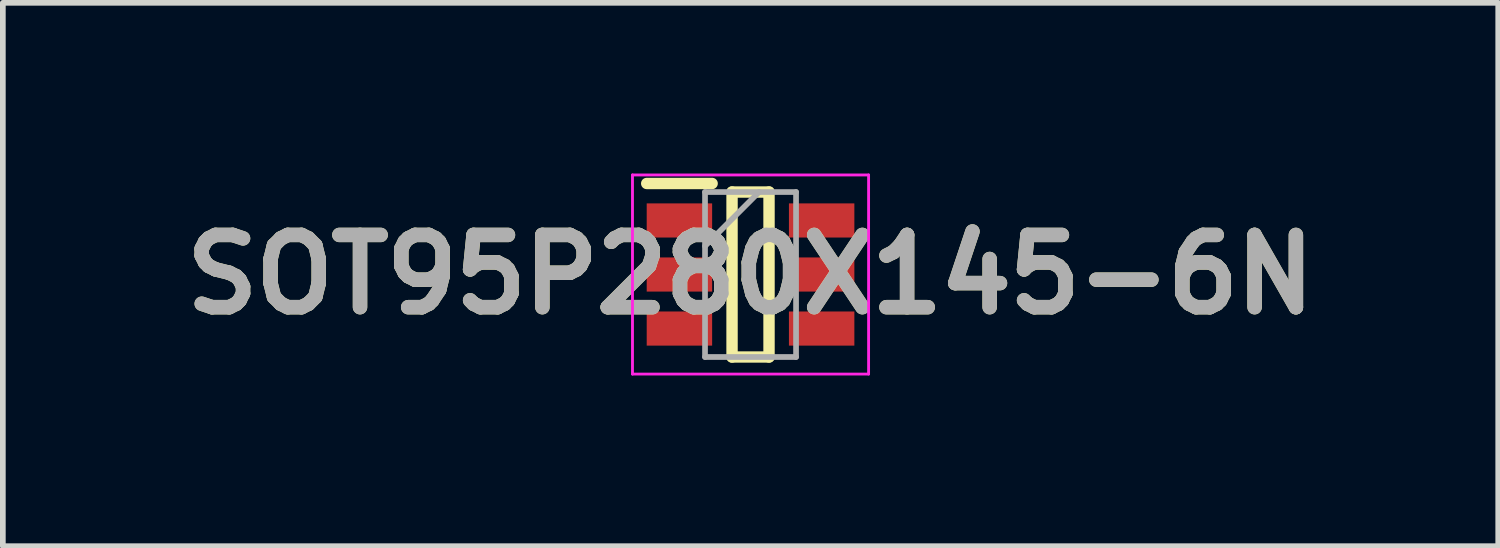
<source format=kicad_pcb>
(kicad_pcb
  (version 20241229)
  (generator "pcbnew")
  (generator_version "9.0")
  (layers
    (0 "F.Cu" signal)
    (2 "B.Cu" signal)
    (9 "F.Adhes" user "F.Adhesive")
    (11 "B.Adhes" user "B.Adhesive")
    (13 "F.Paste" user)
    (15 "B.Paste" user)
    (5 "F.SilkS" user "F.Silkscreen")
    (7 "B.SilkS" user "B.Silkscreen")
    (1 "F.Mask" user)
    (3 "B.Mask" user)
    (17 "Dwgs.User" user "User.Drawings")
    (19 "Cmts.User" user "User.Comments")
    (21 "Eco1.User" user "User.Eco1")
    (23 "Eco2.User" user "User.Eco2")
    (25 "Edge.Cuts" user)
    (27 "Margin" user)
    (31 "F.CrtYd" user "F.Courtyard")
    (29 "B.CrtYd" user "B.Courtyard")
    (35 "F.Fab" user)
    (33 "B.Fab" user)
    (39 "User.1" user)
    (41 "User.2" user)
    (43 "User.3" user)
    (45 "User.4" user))
  (footprint "SOT95P280X145-6N"
    (layer "F.Cu")
    (at 10.142 1.775)
    (property "Reference" "SOT95P280X145-6N" (at 0 0 0) (layer "F.SilkS") (effects (font (size 1.27 1.27) (thickness 0.254))))
    (attr smd)
    (fp_line (start -1.825 -1.6) (end -0.675 -1.6) (stroke (width 0.2) (type solid)) (layer "F.SilkS"))
    (fp_line (start -0.325 -1.45) (end 0.325 -1.45) (stroke (width 0.2) (type solid)) (layer "F.SilkS"))
    (fp_line (start -0.325 1.45) (end -0.325 -1.45) (stroke (width 0.2) (type solid)) (layer "F.SilkS"))
    (fp_line (start 0.325 -1.45) (end 0.325 1.45) (stroke (width 0.2) (type solid)) (layer "F.SilkS"))
    (fp_line (start 0.325 1.45) (end -0.325 1.45) (stroke (width 0.2) (type solid)) (layer "F.SilkS"))
    (fp_line (start -2.075 -1.75) (end 2.075 -1.75) (stroke (width 0.05) (type solid)) (layer "F.CrtYd"))
    (fp_line (start -2.075 1.75) (end -2.075 -1.75) (stroke (width 0.05) (type solid)) (layer "F.CrtYd"))
    (fp_line (start 2.075 -1.75) (end 2.075 1.75) (stroke (width 0.05) (type solid)) (layer "F.CrtYd"))
    (fp_line (start 2.075 1.75) (end -2.075 1.75) (stroke (width 0.05) (type solid)) (layer "F.CrtYd"))
    (fp_line (start -0.8 -1.45) (end 0.8 -1.45) (stroke (width 0.1) (type solid)) (layer "F.Fab"))
    (fp_line (start -0.8 -0.5) (end 0.15 -1.45) (stroke (width 0.1) (type solid)) (layer "F.Fab"))
    (fp_line (start -0.8 1.45) (end -0.8 -1.45) (stroke (width 0.1) (type solid)) (layer "F.Fab"))
    (fp_line (start 0.8 -1.45) (end 0.8 1.45) (stroke (width 0.1) (type solid)) (layer "F.Fab"))
    (fp_line (start 0.8 1.45) (end -0.8 1.45) (stroke (width 0.1) (type solid)) (layer "F.Fab"))
    (fp_text user "${REFERENCE}" (at 0 0 0) (layer "F.Fab") (effects (font (size 1.27 1.27) (thickness 0.254))))
    (pad "1" smd rect (at -1.25 -0.95 90) (size 0.6 1.15) (layers "F.Cu" "F.Mask" "F.Paste"))
    (pad "2" smd rect (at -1.25 0 90) (size 0.6 1.15) (layers "F.Cu" "F.Mask" "F.Paste"))
    (pad "3" smd rect (at -1.25 0.95 90) (size 0.6 1.15) (layers "F.Cu" "F.Mask" "F.Paste"))
    (pad "4" smd rect (at 1.25 0.95 90) (size 0.6 1.15) (layers "F.Cu" "F.Mask" "F.Paste"))
    (pad "5" smd rect (at 1.25 0 90) (size 0.6 1.15) (layers "F.Cu" "F.Mask" "F.Paste"))
    (pad "6" smd rect (at 1.25 -0.95 90) (size 0.6 1.15) (layers "F.Cu" "F.Mask" "F.Paste")))
  (gr_rect
    (start -3 -3)
    (end 23.284 6.55)
    (stroke (width 0.1) (type default))
    (fill no)
    (layer "Edge.Cuts")))
</source>
